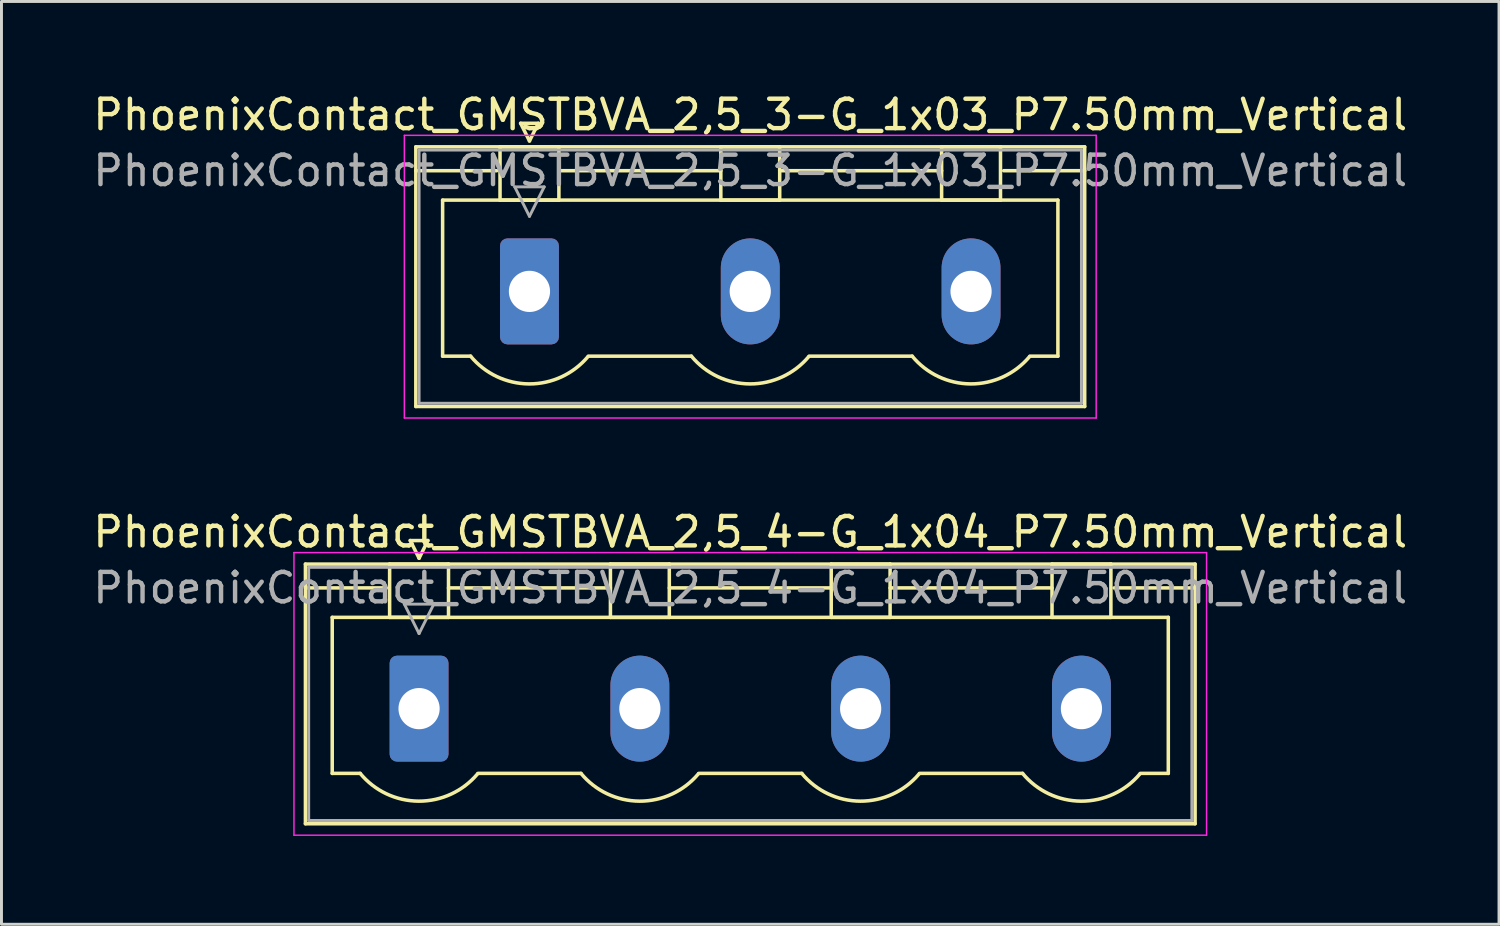
<source format=kicad_pcb>
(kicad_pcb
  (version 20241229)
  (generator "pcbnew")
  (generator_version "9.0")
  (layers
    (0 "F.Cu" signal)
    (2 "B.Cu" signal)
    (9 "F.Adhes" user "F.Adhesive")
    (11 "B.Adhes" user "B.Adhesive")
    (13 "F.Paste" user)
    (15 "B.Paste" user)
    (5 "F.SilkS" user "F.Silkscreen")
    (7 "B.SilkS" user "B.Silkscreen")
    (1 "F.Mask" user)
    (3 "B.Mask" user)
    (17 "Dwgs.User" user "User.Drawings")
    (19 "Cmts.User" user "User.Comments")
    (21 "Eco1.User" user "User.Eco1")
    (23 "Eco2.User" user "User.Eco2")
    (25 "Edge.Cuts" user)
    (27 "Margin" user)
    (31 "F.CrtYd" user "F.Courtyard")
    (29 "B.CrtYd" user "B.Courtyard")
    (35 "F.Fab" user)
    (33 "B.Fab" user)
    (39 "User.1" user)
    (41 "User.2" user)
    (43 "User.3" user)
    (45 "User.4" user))
  (footprint "PhoenixContact_GMSTBVA_2,5_4-G_1x04_P7.50mm_Vertical"
    (layer "F.Cu")
    (at 11.185 21.021)
    (property "Reference" "PhoenixContact_GMSTBVA_2,5_4-G_1x04_P7.50mm_Vertical" (at 11.25 -6 0) (layer "F.SilkS") (effects (font (size 1 1) (thickness 0.15))))
    (attr through_hole)
    (fp_line (start -3.86 -4.91) (end -3.86 3.91) (stroke (width 0.12) (type solid)) (layer "F.SilkS"))
    (fp_line (start -3.86 -4.1) (end -1.11 -4.1) (stroke (width 0.12) (type solid)) (layer "F.SilkS"))
    (fp_line (start -3.86 3.91) (end 26.36 3.91) (stroke (width 0.12) (type solid)) (layer "F.SilkS"))
    (fp_line (start -2.95 -3.1) (end 25.45 -3.1) (stroke (width 0.12) (type solid)) (layer "F.SilkS"))
    (fp_line (start -2.95 2.2) (end -2.95 -3.1) (stroke (width 0.12) (type solid)) (layer "F.SilkS"))
    (fp_line (start -2 2.2) (end -2.95 2.2) (stroke (width 0.12) (type solid)) (layer "F.SilkS"))
    (fp_line (start -1 -4.91) (end 1 -4.91) (stroke (width 0.12) (type solid)) (layer "F.SilkS"))
    (fp_line (start -1 -3.1) (end -1 -4.91) (stroke (width 0.12) (type solid)) (layer "F.SilkS"))
    (fp_line (start -0.3 -5.71) (end 0.3 -5.71) (stroke (width 0.12) (type solid)) (layer "F.SilkS"))
    (fp_line (start 0 -5.11) (end -0.3 -5.71) (stroke (width 0.12) (type solid)) (layer "F.SilkS"))
    (fp_line (start 0.3 -5.71) (end 0 -5.11) (stroke (width 0.12) (type solid)) (layer "F.SilkS"))
    (fp_line (start 1 -4.91) (end 1 -3.1) (stroke (width 0.12) (type solid)) (layer "F.SilkS"))
    (fp_line (start 1 -4.1) (end 6.5 -4.1) (stroke (width 0.12) (type solid)) (layer "F.SilkS"))
    (fp_line (start 1 -3.1) (end -1 -3.1) (stroke (width 0.12) (type solid)) (layer "F.SilkS"))
    (fp_line (start 2 2.2) (end 5.5 2.2) (stroke (width 0.12) (type solid)) (layer "F.SilkS"))
    (fp_line (start 6.5 -4.91) (end 8.5 -4.91) (stroke (width 0.12) (type solid)) (layer "F.SilkS"))
    (fp_line (start 6.5 -3.1) (end 6.5 -4.91) (stroke (width 0.12) (type solid)) (layer "F.SilkS"))
    (fp_line (start 8.5 -4.91) (end 8.5 -3.1) (stroke (width 0.12) (type solid)) (layer "F.SilkS"))
    (fp_line (start 8.5 -4.1) (end 14 -4.1) (stroke (width 0.12) (type solid)) (layer "F.SilkS"))
    (fp_line (start 8.5 -3.1) (end 6.5 -3.1) (stroke (width 0.12) (type solid)) (layer "F.SilkS"))
    (fp_line (start 9.5 2.2) (end 13 2.2) (stroke (width 0.12) (type solid)) (layer "F.SilkS"))
    (fp_line (start 14 -4.91) (end 16 -4.91) (stroke (width 0.12) (type solid)) (layer "F.SilkS"))
    (fp_line (start 14 -3.1) (end 14 -4.91) (stroke (width 0.12) (type solid)) (layer "F.SilkS"))
    (fp_line (start 16 -4.91) (end 16 -3.1) (stroke (width 0.12) (type solid)) (layer "F.SilkS"))
    (fp_line (start 16 -4.1) (end 21.5 -4.1) (stroke (width 0.12) (type solid)) (layer "F.SilkS"))
    (fp_line (start 16 -3.1) (end 14 -3.1) (stroke (width 0.12) (type solid)) (layer "F.SilkS"))
    (fp_line (start 17 2.2) (end 20.5 2.2) (stroke (width 0.12) (type solid)) (layer "F.SilkS"))
    (fp_line (start 21.5 -4.91) (end 23.5 -4.91) (stroke (width 0.12) (type solid)) (layer "F.SilkS"))
    (fp_line (start 21.5 -3.1) (end 21.5 -4.91) (stroke (width 0.12) (type solid)) (layer "F.SilkS"))
    (fp_line (start 23.5 -4.91) (end 23.5 -3.1) (stroke (width 0.12) (type solid)) (layer "F.SilkS"))
    (fp_line (start 23.5 -3.1) (end 21.5 -3.1) (stroke (width 0.12) (type solid)) (layer "F.SilkS"))
    (fp_line (start 25.45 -3.1) (end 25.45 2.2) (stroke (width 0.12) (type solid)) (layer "F.SilkS"))
    (fp_line (start 25.45 2.2) (end 24.5 2.2) (stroke (width 0.12) (type solid)) (layer "F.SilkS"))
    (fp_line (start 26.36 -4.91) (end -3.86 -4.91) (stroke (width 0.12) (type solid)) (layer "F.SilkS"))
    (fp_line (start 26.36 -4.1) (end 23.61 -4.1) (stroke (width 0.12) (type solid)) (layer "F.SilkS"))
    (fp_line (start 26.36 3.91) (end 26.36 -4.91) (stroke (width 0.12) (type solid)) (layer "F.SilkS"))
    (fp_arc (start 1.986842 2.215821) (mid -0.010289 3.142758) (end -2 2.2) (stroke (width 0.12) (type solid)) (layer "F.SilkS"))
    (fp_arc (start 9.486842 2.215821) (mid 7.489711 3.142758) (end 5.5 2.2) (stroke (width 0.12) (type solid)) (layer "F.SilkS"))
    (fp_arc (start 16.986842 2.215821) (mid 14.989711 3.142758) (end 13 2.2) (stroke (width 0.12) (type solid)) (layer "F.SilkS"))
    (fp_arc (start 24.486842 2.215821) (mid 22.489711 3.142758) (end 20.5 2.2) (stroke (width 0.12) (type solid)) (layer "F.SilkS"))
    (fp_line (start -4.25 -5.3) (end -4.25 4.3) (stroke (width 0.05) (type solid)) (layer "F.CrtYd"))
    (fp_line (start -4.25 4.3) (end 26.75 4.3) (stroke (width 0.05) (type solid)) (layer "F.CrtYd"))
    (fp_line (start 26.75 -5.3) (end -4.25 -5.3) (stroke (width 0.05) (type solid)) (layer "F.CrtYd"))
    (fp_line (start 26.75 4.3) (end 26.75 -5.3) (stroke (width 0.05) (type solid)) (layer "F.CrtYd"))
    (fp_line (start -3.75 -4.8) (end -3.75 3.8) (stroke (width 0.1) (type solid)) (layer "F.Fab"))
    (fp_line (start -3.75 3.8) (end 26.25 3.8) (stroke (width 0.1) (type solid)) (layer "F.Fab"))
    (fp_line (start -0.5 -3.55) (end 0.5 -3.55) (stroke (width 0.1) (type solid)) (layer "F.Fab"))
    (fp_line (start 0 -2.55) (end -0.5 -3.55) (stroke (width 0.1) (type solid)) (layer "F.Fab"))
    (fp_line (start 0.5 -3.55) (end 0 -2.55) (stroke (width 0.1) (type solid)) (layer "F.Fab"))
    (fp_line (start 26.25 -4.8) (end -3.75 -4.8) (stroke (width 0.1) (type solid)) (layer "F.Fab"))
    (fp_line (start 26.25 3.8) (end 26.25 -4.8) (stroke (width 0.1) (type solid)) (layer "F.Fab"))
    (fp_text user "${REFERENCE}" (at 11.25 -4.1 0) (layer "F.Fab") (effects (font (size 1 1) (thickness 0.15))))
    (pad "1" thru_hole roundrect (at 0 0) (size 2 3.6) (drill 1.4) (layers "*.Cu" "*.Mask") (roundrect_rratio 0.125))
    (pad "2" thru_hole oval (at 7.5 0) (size 2 3.6) (drill 1.4) (layers "*.Cu" "*.Mask"))
    (pad "3" thru_hole oval (at 15 0) (size 2 3.6) (drill 1.4) (layers "*.Cu" "*.Mask"))
    (pad "4" thru_hole oval (at 22.5 0) (size 2 3.6) (drill 1.4) (layers "*.Cu" "*.Mask")))
  (footprint "PhoenixContact_GMSTBVA_2,5_3-G_1x03_P7.50mm_Vertical"
    (layer "F.Cu")
    (at 14.935 6.848)
    (property "Reference" "PhoenixContact_GMSTBVA_2,5_3-G_1x03_P7.50mm_Vertical" (at 7.5 -6 0) (layer "F.SilkS") (effects (font (size 1 1) (thickness 0.15))))
    (attr through_hole)
    (fp_line (start -3.86 -4.91) (end -3.86 3.91) (stroke (width 0.12) (type solid)) (layer "F.SilkS"))
    (fp_line (start -3.86 -4.1) (end -1.11 -4.1) (stroke (width 0.12) (type solid)) (layer "F.SilkS"))
    (fp_line (start -3.86 3.91) (end 18.86 3.91) (stroke (width 0.12) (type solid)) (layer "F.SilkS"))
    (fp_line (start -2.95 -3.1) (end 17.95 -3.1) (stroke (width 0.12) (type solid)) (layer "F.SilkS"))
    (fp_line (start -2.95 2.2) (end -2.95 -3.1) (stroke (width 0.12) (type solid)) (layer "F.SilkS"))
    (fp_line (start -2 2.2) (end -2.95 2.2) (stroke (width 0.12) (type solid)) (layer "F.SilkS"))
    (fp_line (start -1 -4.91) (end 1 -4.91) (stroke (width 0.12) (type solid)) (layer "F.SilkS"))
    (fp_line (start -1 -3.1) (end -1 -4.91) (stroke (width 0.12) (type solid)) (layer "F.SilkS"))
    (fp_line (start -0.3 -5.71) (end 0.3 -5.71) (stroke (width 0.12) (type solid)) (layer "F.SilkS"))
    (fp_line (start 0 -5.11) (end -0.3 -5.71) (stroke (width 0.12) (type solid)) (layer "F.SilkS"))
    (fp_line (start 0.3 -5.71) (end 0 -5.11) (stroke (width 0.12) (type solid)) (layer "F.SilkS"))
    (fp_line (start 1 -4.91) (end 1 -3.1) (stroke (width 0.12) (type solid)) (layer "F.SilkS"))
    (fp_line (start 1 -4.1) (end 6.5 -4.1) (stroke (width 0.12) (type solid)) (layer "F.SilkS"))
    (fp_line (start 1 -3.1) (end -1 -3.1) (stroke (width 0.12) (type solid)) (layer "F.SilkS"))
    (fp_line (start 2 2.2) (end 5.5 2.2) (stroke (width 0.12) (type solid)) (layer "F.SilkS"))
    (fp_line (start 6.5 -4.91) (end 8.5 -4.91) (stroke (width 0.12) (type solid)) (layer "F.SilkS"))
    (fp_line (start 6.5 -3.1) (end 6.5 -4.91) (stroke (width 0.12) (type solid)) (layer "F.SilkS"))
    (fp_line (start 8.5 -4.91) (end 8.5 -3.1) (stroke (width 0.12) (type solid)) (layer "F.SilkS"))
    (fp_line (start 8.5 -4.1) (end 14 -4.1) (stroke (width 0.12) (type solid)) (layer "F.SilkS"))
    (fp_line (start 8.5 -3.1) (end 6.5 -3.1) (stroke (width 0.12) (type solid)) (layer "F.SilkS"))
    (fp_line (start 9.5 2.2) (end 13 2.2) (stroke (width 0.12) (type solid)) (layer "F.SilkS"))
    (fp_line (start 14 -4.91) (end 16 -4.91) (stroke (width 0.12) (type solid)) (layer "F.SilkS"))
    (fp_line (start 14 -3.1) (end 14 -4.91) (stroke (width 0.12) (type solid)) (layer "F.SilkS"))
    (fp_line (start 16 -4.91) (end 16 -3.1) (stroke (width 0.12) (type solid)) (layer "F.SilkS"))
    (fp_line (start 16 -3.1) (end 14 -3.1) (stroke (width 0.12) (type solid)) (layer "F.SilkS"))
    (fp_line (start 17.95 -3.1) (end 17.95 2.2) (stroke (width 0.12) (type solid)) (layer "F.SilkS"))
    (fp_line (start 17.95 2.2) (end 17 2.2) (stroke (width 0.12) (type solid)) (layer "F.SilkS"))
    (fp_line (start 18.86 -4.91) (end -3.86 -4.91) (stroke (width 0.12) (type solid)) (layer "F.SilkS"))
    (fp_line (start 18.86 -4.1) (end 16.11 -4.1) (stroke (width 0.12) (type solid)) (layer "F.SilkS"))
    (fp_line (start 18.86 3.91) (end 18.86 -4.91) (stroke (width 0.12) (type solid)) (layer "F.SilkS"))
    (fp_arc (start 1.986842 2.215821) (mid -0.010289 3.142758) (end -2 2.2) (stroke (width 0.12) (type solid)) (layer "F.SilkS"))
    (fp_arc (start 9.486842 2.215821) (mid 7.489711 3.142758) (end 5.5 2.2) (stroke (width 0.12) (type solid)) (layer "F.SilkS"))
    (fp_arc (start 16.986842 2.215821) (mid 14.989711 3.142758) (end 13 2.2) (stroke (width 0.12) (type solid)) (layer "F.SilkS"))
    (fp_line (start -4.25 -5.3) (end -4.25 4.3) (stroke (width 0.05) (type solid)) (layer "F.CrtYd"))
    (fp_line (start -4.25 4.3) (end 19.25 4.3) (stroke (width 0.05) (type solid)) (layer "F.CrtYd"))
    (fp_line (start 19.25 -5.3) (end -4.25 -5.3) (stroke (width 0.05) (type solid)) (layer "F.CrtYd"))
    (fp_line (start 19.25 4.3) (end 19.25 -5.3) (stroke (width 0.05) (type solid)) (layer "F.CrtYd"))
    (fp_line (start -3.75 -4.8) (end -3.75 3.8) (stroke (width 0.1) (type solid)) (layer "F.Fab"))
    (fp_line (start -3.75 3.8) (end 18.75 3.8) (stroke (width 0.1) (type solid)) (layer "F.Fab"))
    (fp_line (start -0.5 -3.55) (end 0.5 -3.55) (stroke (width 0.1) (type solid)) (layer "F.Fab"))
    (fp_line (start 0 -2.55) (end -0.5 -3.55) (stroke (width 0.1) (type solid)) (layer "F.Fab"))
    (fp_line (start 0.5 -3.55) (end 0 -2.55) (stroke (width 0.1) (type solid)) (layer "F.Fab"))
    (fp_line (start 18.75 -4.8) (end -3.75 -4.8) (stroke (width 0.1) (type solid)) (layer "F.Fab"))
    (fp_line (start 18.75 3.8) (end 18.75 -4.8) (stroke (width 0.1) (type solid)) (layer "F.Fab"))
    (fp_text user "${REFERENCE}" (at 7.5 -4.1 0) (layer "F.Fab") (effects (font (size 1 1) (thickness 0.15))))
    (pad "1" thru_hole roundrect (at 0 0) (size 2 3.6) (drill 1.4) (layers "*.Cu" "*.Mask") (roundrect_rratio 0.125))
    (pad "2" thru_hole oval (at 7.5 0) (size 2 3.6) (drill 1.4) (layers "*.Cu" "*.Mask"))
    (pad "3" thru_hole oval (at 15 0) (size 2 3.6) (drill 1.4) (layers "*.Cu" "*.Mask")))
  (gr_rect
    (start -3 -3)
    (end 47.869 28.346)
    (stroke (width 0.1) (type default))
    (fill no)
    (layer "Edge.Cuts")))
</source>
